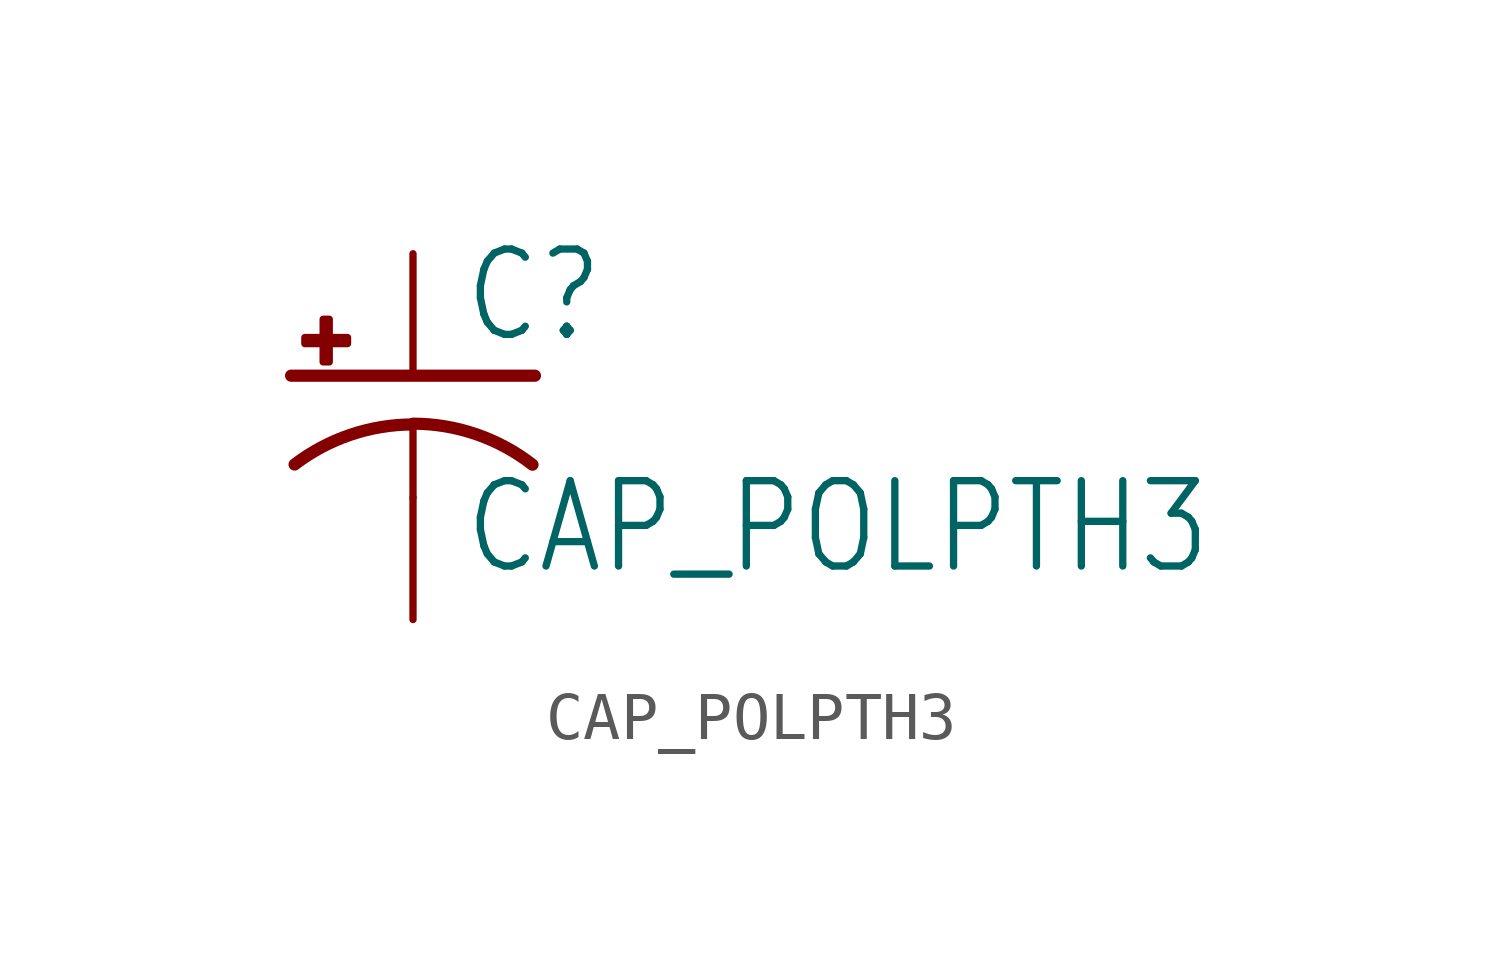
<source format=kicad_sym>
(kicad_symbol_lib
  (version 20200126)
  (host kicad_symbol_editor "5.99.0-unknown-aa7ce74~88~ubuntu18.04.1")
  (symbol "CAP_POLPTH3"
    (property "Reference" "C"
      (at 1.016 0.635 0)
      (effects (font (size 1.778 1.511)) (justify left bottom)))
    (property "Value" "CAP_POLPTH3"
      (at 1.016 -4.191 0)
      (effects (font (size 1.778 1.511)) (justify left bottom)))
    (property "ki_locked" ""
      (at 0 0 0)
      (effects (font (size 1.27 1.27))))
    (symbol "CAP_POLPTH3_1_0"
      (arc (start 2.4892 -1.8542) (end 0 -1) (radius (at 0 -5.0542) (length 4.0541) (angles 52.1 90)) (stroke (width 0.254)) (fill (type none)))
      (arc (start 0 -1.0161) (end -2.4669 -1.8504) (radius (at -0.0001 -5.0797) (length 4.0636) (angles 90 127.4)) (stroke (width 0.254)) (fill (type none)))
      (rectangle (start -2.253 0.668) (end -1.364 0.795) (stroke (width 0)) (fill (type outline)))
      (rectangle (start -1.872 0.287) (end -1.745 1.176) (stroke (width 0)) (fill (type outline)))
      (polyline (pts (xy -2.54 0) (xy 2.54 0)) (stroke (width 0.254)) (fill (type none)))
      (polyline (pts (xy 0 -1.016) (xy 0 -1.016)) (stroke (width 0.152)) (fill (type none)))
      (polyline (pts (xy 0 -1.016) (xy 0 -2.54)) (stroke (width 0.152)) (fill (type none)))
      (pin passive line (at 0 2.54 270) (length 2.54) (name "+" (effects (font (size 0 0)))) (number "1" (effects (font (size 0 0)))))
      (pin passive line (at 0 -5.08 90) (length 2.54) (name "-" (effects (font (size 0 0)))) (number "2" (effects (font (size 0 0))))))))
</source>
